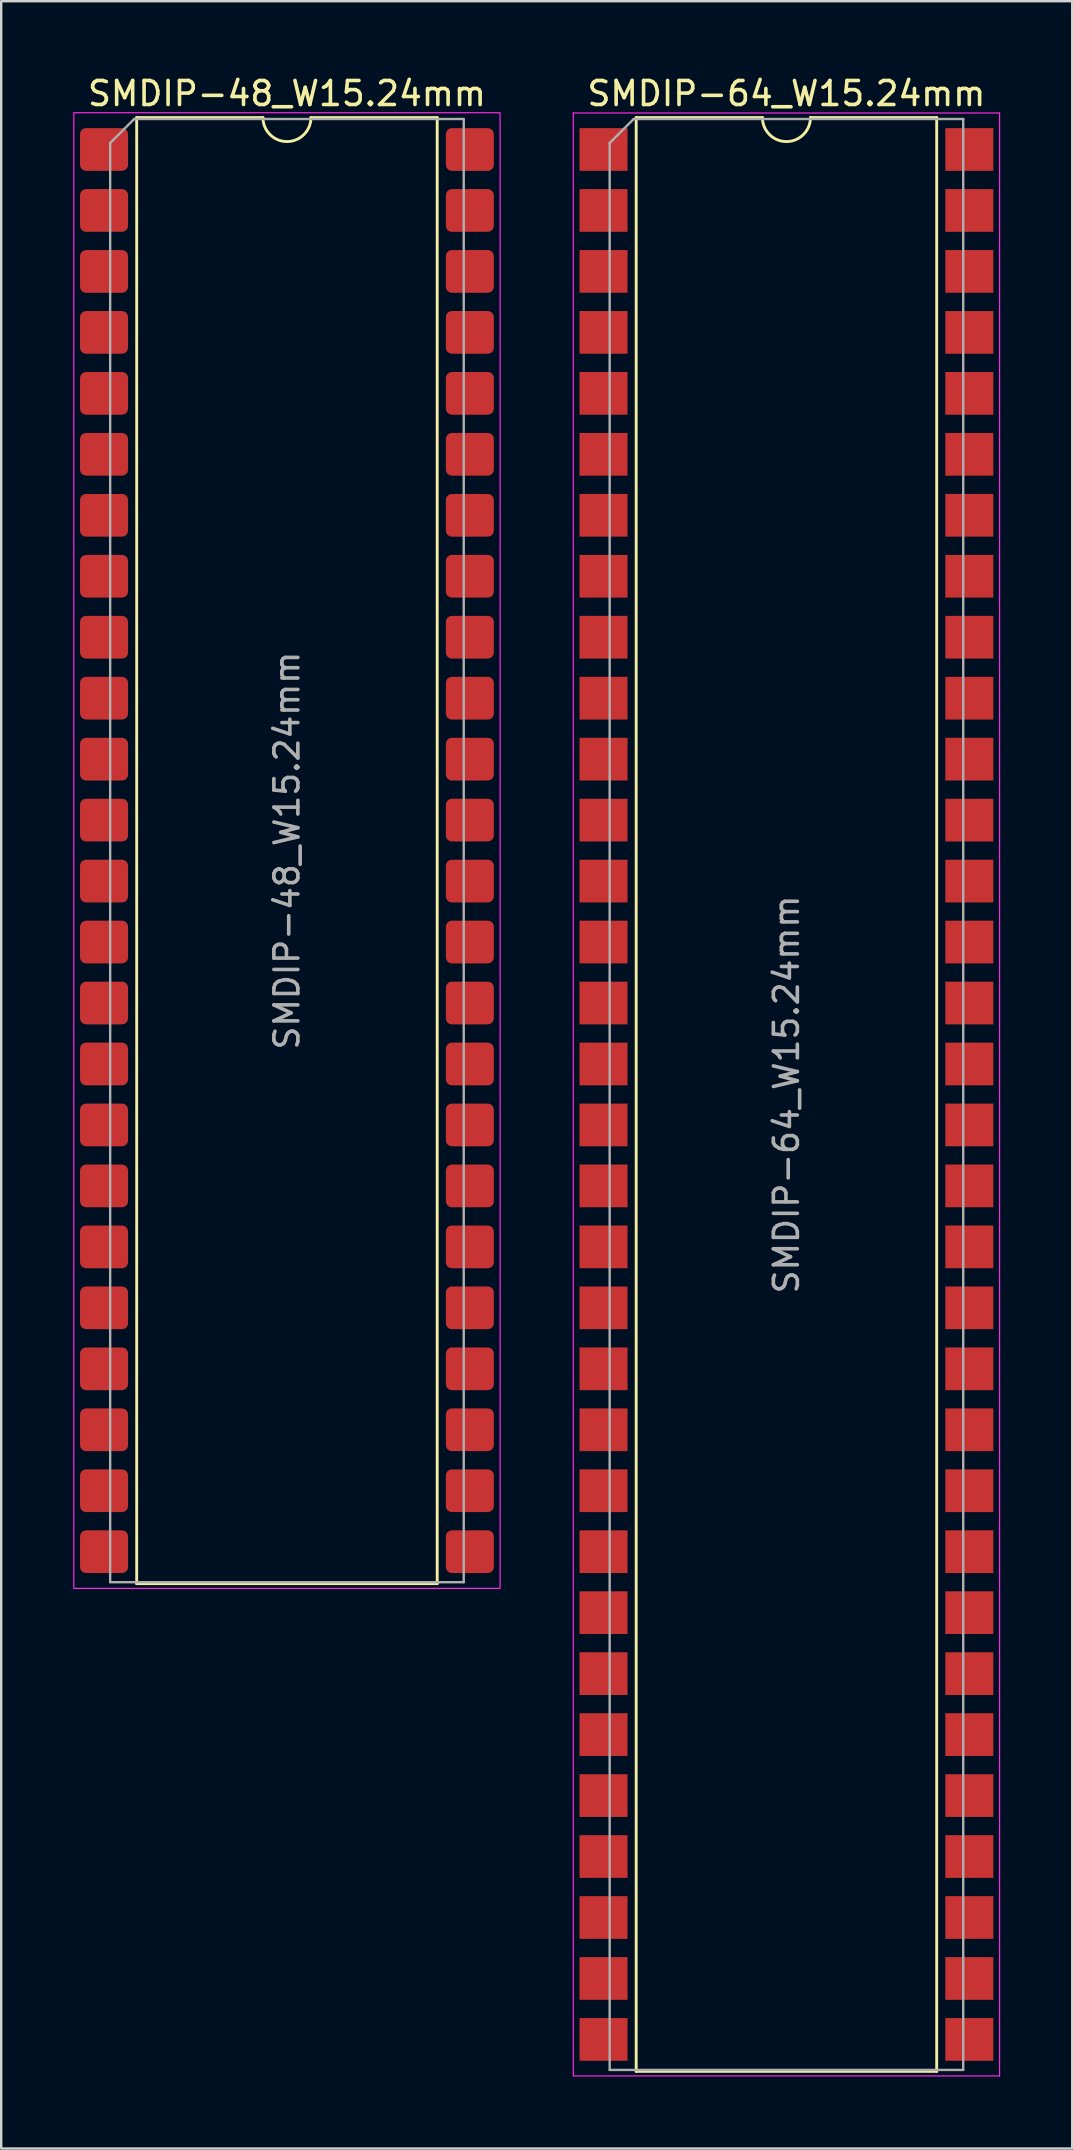
<source format=kicad_pcb>
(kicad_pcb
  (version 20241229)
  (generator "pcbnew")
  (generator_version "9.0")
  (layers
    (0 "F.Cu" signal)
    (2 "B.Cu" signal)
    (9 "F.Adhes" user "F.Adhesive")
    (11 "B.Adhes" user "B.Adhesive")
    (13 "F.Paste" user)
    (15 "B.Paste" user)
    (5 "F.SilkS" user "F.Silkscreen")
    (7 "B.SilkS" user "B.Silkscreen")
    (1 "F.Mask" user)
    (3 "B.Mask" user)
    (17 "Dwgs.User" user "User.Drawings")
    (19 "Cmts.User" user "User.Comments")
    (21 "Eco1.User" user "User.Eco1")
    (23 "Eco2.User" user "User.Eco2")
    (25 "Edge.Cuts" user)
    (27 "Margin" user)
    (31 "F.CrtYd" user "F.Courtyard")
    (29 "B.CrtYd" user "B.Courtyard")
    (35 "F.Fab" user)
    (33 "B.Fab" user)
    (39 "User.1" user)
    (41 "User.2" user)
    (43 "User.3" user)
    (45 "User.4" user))
  (footprint "SMDIP-64_W15.24mm"
    (layer "F.Cu")
    (at 29.715 42.548)
    (property "Reference" "SMDIP-64_W15.24mm" (at 0 -41.7 0) (layer "F.SilkS") (effects (font (size 1 1) (thickness 0.15))))
    (attr smd)
    (fp_line (start -6.26 -40.7) (end -6.26 40.7) (stroke (width 0.12) (type solid)) (layer "F.SilkS"))
    (fp_line (start -6.26 40.7) (end 6.26 40.7) (stroke (width 0.12) (type solid)) (layer "F.SilkS"))
    (fp_line (start -1 -40.7) (end -6.26 -40.7) (stroke (width 0.12) (type solid)) (layer "F.SilkS"))
    (fp_line (start 6.26 -40.7) (end 1 -40.7) (stroke (width 0.12) (type solid)) (layer "F.SilkS"))
    (fp_line (start 6.26 40.7) (end 6.26 -40.7) (stroke (width 0.12) (type solid)) (layer "F.SilkS"))
    (fp_arc (start 1 -40.7) (mid 0 -39.7) (end -1 -40.7) (stroke (width 0.12) (type solid)) (layer "F.SilkS"))
    (fp_line (start -8.88 -40.89) (end -8.88 40.89) (stroke (width 0.05) (type solid)) (layer "F.CrtYd"))
    (fp_line (start -8.88 40.89) (end 8.88 40.89) (stroke (width 0.05) (type solid)) (layer "F.CrtYd"))
    (fp_line (start 8.88 -40.89) (end -8.88 -40.89) (stroke (width 0.05) (type solid)) (layer "F.CrtYd"))
    (fp_line (start 8.88 40.89) (end 8.88 -40.89) (stroke (width 0.05) (type solid)) (layer "F.CrtYd"))
    (fp_line (start -7.365 -39.64) (end -6.365 -40.64) (stroke (width 0.1) (type solid)) (layer "F.Fab"))
    (fp_line (start -7.365 40.64) (end -7.365 -39.64) (stroke (width 0.1) (type solid)) (layer "F.Fab"))
    (fp_line (start -6.365 -40.64) (end 7.365 -40.64) (stroke (width 0.1) (type solid)) (layer "F.Fab"))
    (fp_line (start 7.365 -40.64) (end 7.365 40.64) (stroke (width 0.1) (type solid)) (layer "F.Fab"))
    (fp_line (start 7.365 40.64) (end -7.365 40.64) (stroke (width 0.1) (type solid)) (layer "F.Fab"))
    (fp_text user "${REFERENCE}" (at 0 0 90) (layer "F.Fab") (effects (font (size 1 1) (thickness 0.15))))
    (pad "1" smd rect (at -7.62 -39.37) (size 2 1.78) (layers "F.Cu" "F.Mask" "F.Paste"))
    (pad "2" smd rect (at -7.62 -36.83) (size 2 1.78) (layers "F.Cu" "F.Mask" "F.Paste"))
    (pad "3" smd rect (at -7.62 -34.29) (size 2 1.78) (layers "F.Cu" "F.Mask" "F.Paste"))
    (pad "4" smd rect (at -7.62 -31.75) (size 2 1.78) (layers "F.Cu" "F.Mask" "F.Paste"))
    (pad "5" smd rect (at -7.62 -29.21) (size 2 1.78) (layers "F.Cu" "F.Mask" "F.Paste"))
    (pad "6" smd rect (at -7.62 -26.67) (size 2 1.78) (layers "F.Cu" "F.Mask" "F.Paste"))
    (pad "7" smd rect (at -7.62 -24.13) (size 2 1.78) (layers "F.Cu" "F.Mask" "F.Paste"))
    (pad "8" smd rect (at -7.62 -21.59) (size 2 1.78) (layers "F.Cu" "F.Mask" "F.Paste"))
    (pad "9" smd rect (at -7.62 -19.05) (size 2 1.78) (layers "F.Cu" "F.Mask" "F.Paste"))
    (pad "10" smd rect (at -7.62 -16.51) (size 2 1.78) (layers "F.Cu" "F.Mask" "F.Paste"))
    (pad "11" smd rect (at -7.62 -13.97) (size 2 1.78) (layers "F.Cu" "F.Mask" "F.Paste"))
    (pad "12" smd rect (at -7.62 -11.43) (size 2 1.78) (layers "F.Cu" "F.Mask" "F.Paste"))
    (pad "13" smd rect (at -7.62 -8.89) (size 2 1.78) (layers "F.Cu" "F.Mask" "F.Paste"))
    (pad "14" smd rect (at -7.62 -6.35) (size 2 1.78) (layers "F.Cu" "F.Mask" "F.Paste"))
    (pad "15" smd rect (at -7.62 -3.81) (size 2 1.78) (layers "F.Cu" "F.Mask" "F.Paste"))
    (pad "16" smd rect (at -7.62 -1.27) (size 2 1.78) (layers "F.Cu" "F.Mask" "F.Paste"))
    (pad "17" smd rect (at -7.62 1.27) (size 2 1.78) (layers "F.Cu" "F.Mask" "F.Paste"))
    (pad "18" smd rect (at -7.62 3.81) (size 2 1.78) (layers "F.Cu" "F.Mask" "F.Paste"))
    (pad "19" smd rect (at -7.62 6.35) (size 2 1.78) (layers "F.Cu" "F.Mask" "F.Paste"))
    (pad "20" smd rect (at -7.62 8.89) (size 2 1.78) (layers "F.Cu" "F.Mask" "F.Paste"))
    (pad "21" smd rect (at -7.62 11.43) (size 2 1.78) (layers "F.Cu" "F.Mask" "F.Paste"))
    (pad "22" smd rect (at -7.62 13.97) (size 2 1.78) (layers "F.Cu" "F.Mask" "F.Paste"))
    (pad "23" smd rect (at -7.62 16.51) (size 2 1.78) (layers "F.Cu" "F.Mask" "F.Paste"))
    (pad "24" smd rect (at -7.62 19.05) (size 2 1.78) (layers "F.Cu" "F.Mask" "F.Paste"))
    (pad "25" smd rect (at -7.62 21.59) (size 2 1.78) (layers "F.Cu" "F.Mask" "F.Paste"))
    (pad "26" smd rect (at -7.62 24.13) (size 2 1.78) (layers "F.Cu" "F.Mask" "F.Paste"))
    (pad "27" smd rect (at -7.62 26.67) (size 2 1.78) (layers "F.Cu" "F.Mask" "F.Paste"))
    (pad "28" smd rect (at -7.62 29.21) (size 2 1.78) (layers "F.Cu" "F.Mask" "F.Paste"))
    (pad "29" smd rect (at -7.62 31.75) (size 2 1.78) (layers "F.Cu" "F.Mask" "F.Paste"))
    (pad "30" smd rect (at -7.62 34.29) (size 2 1.78) (layers "F.Cu" "F.Mask" "F.Paste"))
    (pad "31" smd rect (at -7.62 36.83) (size 2 1.78) (layers "F.Cu" "F.Mask" "F.Paste"))
    (pad "32" smd rect (at -7.62 39.37) (size 2 1.78) (layers "F.Cu" "F.Mask" "F.Paste"))
    (pad "33" smd rect (at 7.62 39.37) (size 2 1.78) (layers "F.Cu" "F.Mask" "F.Paste"))
    (pad "34" smd rect (at 7.62 36.83) (size 2 1.78) (layers "F.Cu" "F.Mask" "F.Paste"))
    (pad "35" smd rect (at 7.62 34.29) (size 2 1.78) (layers "F.Cu" "F.Mask" "F.Paste"))
    (pad "36" smd rect (at 7.62 31.75) (size 2 1.78) (layers "F.Cu" "F.Mask" "F.Paste"))
    (pad "37" smd rect (at 7.62 29.21) (size 2 1.78) (layers "F.Cu" "F.Mask" "F.Paste"))
    (pad "38" smd rect (at 7.62 26.67) (size 2 1.78) (layers "F.Cu" "F.Mask" "F.Paste"))
    (pad "39" smd rect (at 7.62 24.13) (size 2 1.78) (layers "F.Cu" "F.Mask" "F.Paste"))
    (pad "40" smd rect (at 7.62 21.59) (size 2 1.78) (layers "F.Cu" "F.Mask" "F.Paste"))
    (pad "41" smd rect (at 7.62 19.05) (size 2 1.78) (layers "F.Cu" "F.Mask" "F.Paste"))
    (pad "42" smd rect (at 7.62 16.51) (size 2 1.78) (layers "F.Cu" "F.Mask" "F.Paste"))
    (pad "43" smd rect (at 7.62 13.97) (size 2 1.78) (layers "F.Cu" "F.Mask" "F.Paste"))
    (pad "44" smd rect (at 7.62 11.43) (size 2 1.78) (layers "F.Cu" "F.Mask" "F.Paste"))
    (pad "45" smd rect (at 7.62 8.89) (size 2 1.78) (layers "F.Cu" "F.Mask" "F.Paste"))
    (pad "46" smd rect (at 7.62 6.35) (size 2 1.78) (layers "F.Cu" "F.Mask" "F.Paste"))
    (pad "47" smd rect (at 7.62 3.81) (size 2 1.78) (layers "F.Cu" "F.Mask" "F.Paste"))
    (pad "48" smd rect (at 7.62 1.27) (size 2 1.78) (layers "F.Cu" "F.Mask" "F.Paste"))
    (pad "49" smd rect (at 7.62 -1.27) (size 2 1.78) (layers "F.Cu" "F.Mask" "F.Paste"))
    (pad "50" smd rect (at 7.62 -3.81) (size 2 1.78) (layers "F.Cu" "F.Mask" "F.Paste"))
    (pad "51" smd rect (at 7.62 -6.35) (size 2 1.78) (layers "F.Cu" "F.Mask" "F.Paste"))
    (pad "52" smd rect (at 7.62 -8.89) (size 2 1.78) (layers "F.Cu" "F.Mask" "F.Paste"))
    (pad "53" smd rect (at 7.62 -11.43) (size 2 1.78) (layers "F.Cu" "F.Mask" "F.Paste"))
    (pad "54" smd rect (at 7.62 -13.97) (size 2 1.78) (layers "F.Cu" "F.Mask" "F.Paste"))
    (pad "55" smd rect (at 7.62 -16.51) (size 2 1.78) (layers "F.Cu" "F.Mask" "F.Paste"))
    (pad "56" smd rect (at 7.62 -19.05) (size 2 1.78) (layers "F.Cu" "F.Mask" "F.Paste"))
    (pad "57" smd rect (at 7.62 -21.59) (size 2 1.78) (layers "F.Cu" "F.Mask" "F.Paste"))
    (pad "58" smd rect (at 7.62 -24.13) (size 2 1.78) (layers "F.Cu" "F.Mask" "F.Paste"))
    (pad "59" smd rect (at 7.62 -26.67) (size 2 1.78) (layers "F.Cu" "F.Mask" "F.Paste"))
    (pad "60" smd rect (at 7.62 -29.21) (size 2 1.78) (layers "F.Cu" "F.Mask" "F.Paste"))
    (pad "61" smd rect (at 7.62 -31.75) (size 2 1.78) (layers "F.Cu" "F.Mask" "F.Paste"))
    (pad "62" smd rect (at 7.62 -34.29) (size 2 1.78) (layers "F.Cu" "F.Mask" "F.Paste"))
    (pad "63" smd rect (at 7.62 -36.83) (size 2 1.78) (layers "F.Cu" "F.Mask" "F.Paste"))
    (pad "64" smd rect (at 7.62 -39.37) (size 2 1.78) (layers "F.Cu" "F.Mask" "F.Paste")))
  (footprint "SMDIP-48_W15.24mm"
    (layer "F.Cu")
    (at 8.905 32.388)
    (property "Reference" "SMDIP-48_W15.24mm" (at 0 -31.54 0) (layer "F.SilkS") (effects (font (size 1 1) (thickness 0.15))))
    (attr smd)
    (fp_line (start -6.26 -30.54) (end -6.26 30.54) (stroke (width 0.12) (type solid)) (layer "F.SilkS"))
    (fp_line (start -6.26 30.54) (end 6.26 30.54) (stroke (width 0.12) (type solid)) (layer "F.SilkS"))
    (fp_line (start -1 -30.54) (end -6.26 -30.54) (stroke (width 0.12) (type solid)) (layer "F.SilkS"))
    (fp_line (start 6.26 -30.54) (end 1 -30.54) (stroke (width 0.12) (type solid)) (layer "F.SilkS"))
    (fp_line (start 6.26 30.54) (end 6.26 -30.54) (stroke (width 0.12) (type solid)) (layer "F.SilkS"))
    (fp_arc (start 1 -30.54) (mid 0 -29.54) (end -1 -30.54) (stroke (width 0.12) (type solid)) (layer "F.SilkS"))
    (fp_rect (start -8.88 -30.74) (end 8.88 30.74) (stroke (width 0.05) (type solid)) (fill no) (layer "F.CrtYd"))
    (fp_line (start -7.365 -29.48) (end -6.365 -30.48) (stroke (width 0.1) (type solid)) (layer "F.Fab"))
    (fp_line (start -7.365 30.48) (end -7.365 -29.48) (stroke (width 0.1) (type solid)) (layer "F.Fab"))
    (fp_line (start -6.365 -30.48) (end 7.365 -30.48) (stroke (width 0.1) (type solid)) (layer "F.Fab"))
    (fp_line (start 7.365 -30.48) (end 7.365 30.48) (stroke (width 0.1) (type solid)) (layer "F.Fab"))
    (fp_line (start 7.365 30.48) (end -7.365 30.48) (stroke (width 0.1) (type solid)) (layer "F.Fab"))
    (fp_text user "${REFERENCE}" (at 0 0 90) (layer "F.Fab") (effects (font (size 1 1) (thickness 0.15))))
    (pad "1" smd roundrect (at -7.62 -29.21) (size 2 1.78) (layers "F.Cu" "F.Mask" "F.Paste") (roundrect_rratio 0.14))
    (pad "2" smd roundrect (at -7.62 -26.67) (size 2 1.78) (layers "F.Cu" "F.Mask" "F.Paste") (roundrect_rratio 0.14))
    (pad "3" smd roundrect (at -7.62 -24.13) (size 2 1.78) (layers "F.Cu" "F.Mask" "F.Paste") (roundrect_rratio 0.14))
    (pad "4" smd roundrect (at -7.62 -21.59) (size 2 1.78) (layers "F.Cu" "F.Mask" "F.Paste") (roundrect_rratio 0.14))
    (pad "5" smd roundrect (at -7.62 -19.05) (size 2 1.78) (layers "F.Cu" "F.Mask" "F.Paste") (roundrect_rratio 0.14))
    (pad "6" smd roundrect (at -7.62 -16.51) (size 2 1.78) (layers "F.Cu" "F.Mask" "F.Paste") (roundrect_rratio 0.14))
    (pad "7" smd roundrect (at -7.62 -13.97) (size 2 1.78) (layers "F.Cu" "F.Mask" "F.Paste") (roundrect_rratio 0.14))
    (pad "8" smd roundrect (at -7.62 -11.43) (size 2 1.78) (layers "F.Cu" "F.Mask" "F.Paste") (roundrect_rratio 0.14))
    (pad "9" smd roundrect (at -7.62 -8.89) (size 2 1.78) (layers "F.Cu" "F.Mask" "F.Paste") (roundrect_rratio 0.14))
    (pad "10" smd roundrect (at -7.62 -6.35) (size 2 1.78) (layers "F.Cu" "F.Mask" "F.Paste") (roundrect_rratio 0.14))
    (pad "11" smd roundrect (at -7.62 -3.81) (size 2 1.78) (layers "F.Cu" "F.Mask" "F.Paste") (roundrect_rratio 0.14))
    (pad "12" smd roundrect (at -7.62 -1.27) (size 2 1.78) (layers "F.Cu" "F.Mask" "F.Paste") (roundrect_rratio 0.14))
    (pad "13" smd roundrect (at -7.62 1.27) (size 2 1.78) (layers "F.Cu" "F.Mask" "F.Paste") (roundrect_rratio 0.14))
    (pad "14" smd roundrect (at -7.62 3.81) (size 2 1.78) (layers "F.Cu" "F.Mask" "F.Paste") (roundrect_rratio 0.14))
    (pad "15" smd roundrect (at -7.62 6.35) (size 2 1.78) (layers "F.Cu" "F.Mask" "F.Paste") (roundrect_rratio 0.14))
    (pad "16" smd roundrect (at -7.62 8.89) (size 2 1.78) (layers "F.Cu" "F.Mask" "F.Paste") (roundrect_rratio 0.14))
    (pad "17" smd roundrect (at -7.62 11.43) (size 2 1.78) (layers "F.Cu" "F.Mask" "F.Paste") (roundrect_rratio 0.14))
    (pad "18" smd roundrect (at -7.62 13.97) (size 2 1.78) (layers "F.Cu" "F.Mask" "F.Paste") (roundrect_rratio 0.14))
    (pad "19" smd roundrect (at -7.62 16.51) (size 2 1.78) (layers "F.Cu" "F.Mask" "F.Paste") (roundrect_rratio 0.14))
    (pad "20" smd roundrect (at -7.62 19.05) (size 2 1.78) (layers "F.Cu" "F.Mask" "F.Paste") (roundrect_rratio 0.14))
    (pad "21" smd roundrect (at -7.62 21.59) (size 2 1.78) (layers "F.Cu" "F.Mask" "F.Paste") (roundrect_rratio 0.14))
    (pad "22" smd roundrect (at -7.62 24.13) (size 2 1.78) (layers "F.Cu" "F.Mask" "F.Paste") (roundrect_rratio 0.14))
    (pad "23" smd roundrect (at -7.62 26.67) (size 2 1.78) (layers "F.Cu" "F.Mask" "F.Paste") (roundrect_rratio 0.14))
    (pad "24" smd roundrect (at -7.62 29.21) (size 2 1.78) (layers "F.Cu" "F.Mask" "F.Paste") (roundrect_rratio 0.14))
    (pad "25" smd roundrect (at 7.62 29.21) (size 2 1.78) (layers "F.Cu" "F.Mask" "F.Paste") (roundrect_rratio 0.14))
    (pad "26" smd roundrect (at 7.62 26.67) (size 2 1.78) (layers "F.Cu" "F.Mask" "F.Paste") (roundrect_rratio 0.14))
    (pad "27" smd roundrect (at 7.62 24.13) (size 2 1.78) (layers "F.Cu" "F.Mask" "F.Paste") (roundrect_rratio 0.14))
    (pad "28" smd roundrect (at 7.62 21.59) (size 2 1.78) (layers "F.Cu" "F.Mask" "F.Paste") (roundrect_rratio 0.14))
    (pad "29" smd roundrect (at 7.62 19.05) (size 2 1.78) (layers "F.Cu" "F.Mask" "F.Paste") (roundrect_rratio 0.14))
    (pad "30" smd roundrect (at 7.62 16.51) (size 2 1.78) (layers "F.Cu" "F.Mask" "F.Paste") (roundrect_rratio 0.14))
    (pad "31" smd roundrect (at 7.62 13.97) (size 2 1.78) (layers "F.Cu" "F.Mask" "F.Paste") (roundrect_rratio 0.14))
    (pad "32" smd roundrect (at 7.62 11.43) (size 2 1.78) (layers "F.Cu" "F.Mask" "F.Paste") (roundrect_rratio 0.14))
    (pad "33" smd roundrect (at 7.62 8.89) (size 2 1.78) (layers "F.Cu" "F.Mask" "F.Paste") (roundrect_rratio 0.14))
    (pad "34" smd roundrect (at 7.62 6.35) (size 2 1.78) (layers "F.Cu" "F.Mask" "F.Paste") (roundrect_rratio 0.14))
    (pad "35" smd roundrect (at 7.62 3.81) (size 2 1.78) (layers "F.Cu" "F.Mask" "F.Paste") (roundrect_rratio 0.14))
    (pad "36" smd roundrect (at 7.62 1.27) (size 2 1.78) (layers "F.Cu" "F.Mask" "F.Paste") (roundrect_rratio 0.14))
    (pad "37" smd roundrect (at 7.62 -1.27) (size 2 1.78) (layers "F.Cu" "F.Mask" "F.Paste") (roundrect_rratio 0.14))
    (pad "38" smd roundrect (at 7.62 -3.81) (size 2 1.78) (layers "F.Cu" "F.Mask" "F.Paste") (roundrect_rratio 0.14))
    (pad "39" smd roundrect (at 7.62 -6.35) (size 2 1.78) (layers "F.Cu" "F.Mask" "F.Paste") (roundrect_rratio 0.14))
    (pad "40" smd roundrect (at 7.62 -8.89) (size 2 1.78) (layers "F.Cu" "F.Mask" "F.Paste") (roundrect_rratio 0.14))
    (pad "41" smd roundrect (at 7.62 -11.43) (size 2 1.78) (layers "F.Cu" "F.Mask" "F.Paste") (roundrect_rratio 0.14))
    (pad "42" smd roundrect (at 7.62 -13.97) (size 2 1.78) (layers "F.Cu" "F.Mask" "F.Paste") (roundrect_rratio 0.14))
    (pad "43" smd roundrect (at 7.62 -16.51) (size 2 1.78) (layers "F.Cu" "F.Mask" "F.Paste") (roundrect_rratio 0.14))
    (pad "44" smd roundrect (at 7.62 -19.05) (size 2 1.78) (layers "F.Cu" "F.Mask" "F.Paste") (roundrect_rratio 0.14))
    (pad "45" smd roundrect (at 7.62 -21.59) (size 2 1.78) (layers "F.Cu" "F.Mask" "F.Paste") (roundrect_rratio 0.14))
    (pad "46" smd roundrect (at 7.62 -24.13) (size 2 1.78) (layers "F.Cu" "F.Mask" "F.Paste") (roundrect_rratio 0.14))
    (pad "47" smd roundrect (at 7.62 -26.67) (size 2 1.78) (layers "F.Cu" "F.Mask" "F.Paste") (roundrect_rratio 0.14))
    (pad "48" smd roundrect (at 7.62 -29.21) (size 2 1.78) (layers "F.Cu" "F.Mask" "F.Paste") (roundrect_rratio 0.14)))
  (gr_rect
    (start -3 -3)
    (end 41.62 86.463)
    (stroke (width 0.1) (type default))
    (fill no)
    (layer "Edge.Cuts")))
</source>
